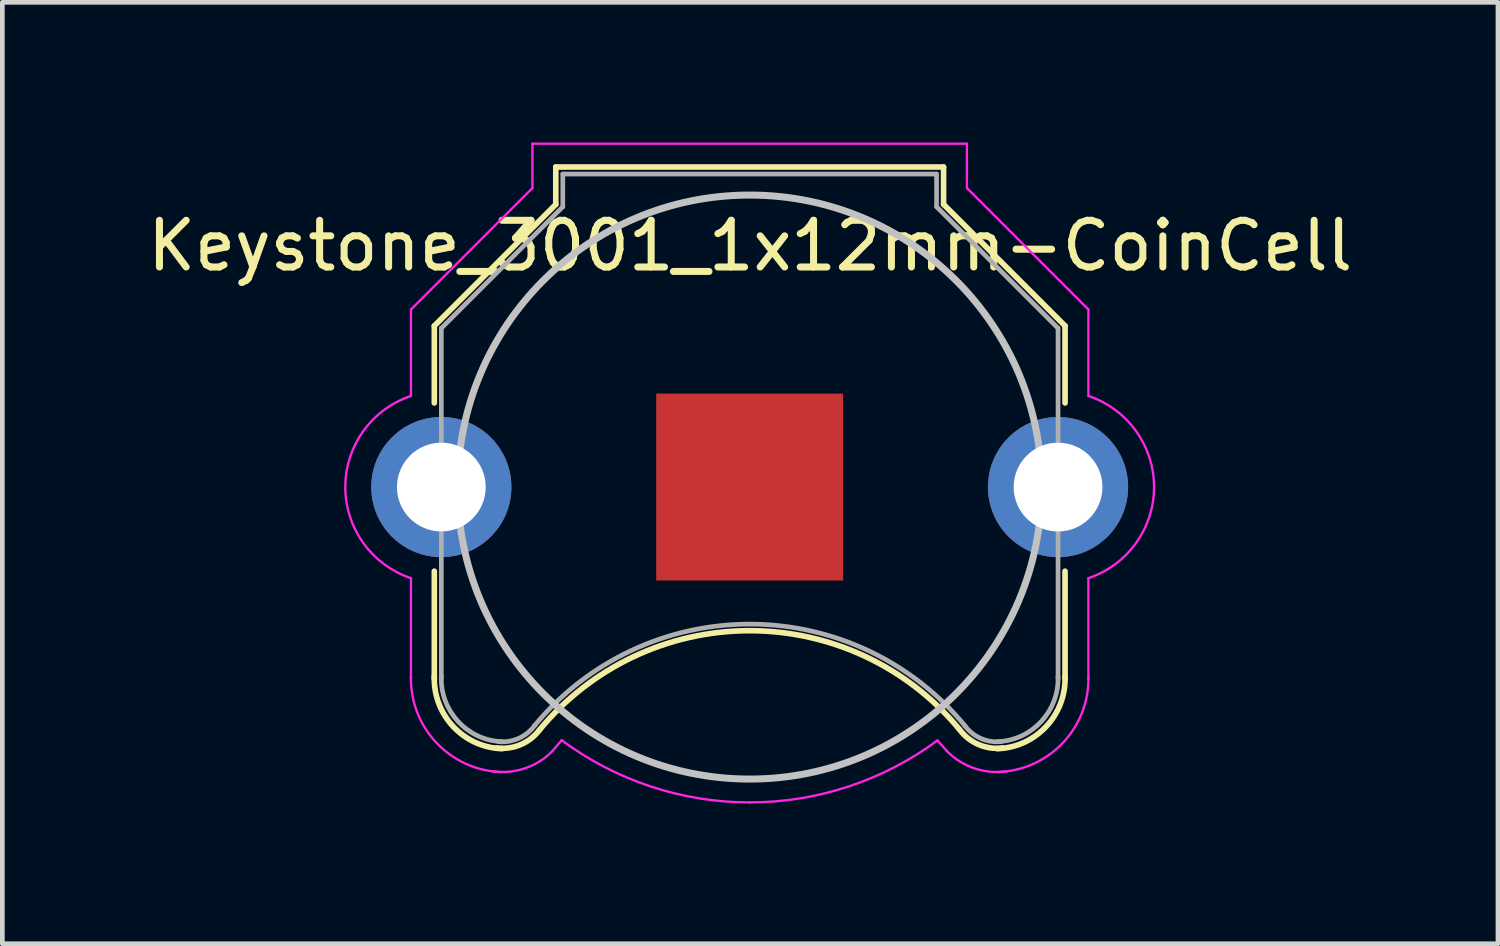
<source format=kicad_pcb>
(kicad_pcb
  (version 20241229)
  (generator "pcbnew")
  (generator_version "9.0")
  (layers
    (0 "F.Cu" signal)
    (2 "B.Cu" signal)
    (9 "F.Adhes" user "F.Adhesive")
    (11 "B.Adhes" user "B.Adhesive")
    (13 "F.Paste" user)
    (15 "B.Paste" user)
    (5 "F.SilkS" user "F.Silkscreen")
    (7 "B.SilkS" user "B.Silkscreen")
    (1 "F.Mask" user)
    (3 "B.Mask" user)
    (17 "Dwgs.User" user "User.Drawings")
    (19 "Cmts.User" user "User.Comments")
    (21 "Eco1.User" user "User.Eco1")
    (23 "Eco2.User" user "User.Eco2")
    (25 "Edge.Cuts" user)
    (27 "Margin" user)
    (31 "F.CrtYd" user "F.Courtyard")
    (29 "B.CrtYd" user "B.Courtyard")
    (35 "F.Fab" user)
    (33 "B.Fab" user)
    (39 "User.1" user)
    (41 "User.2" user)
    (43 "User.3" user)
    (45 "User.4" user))
  (footprint "Keystone_3001_1x12mm-CoinCell"
    (layer "F.Cu")
    (at 12.996 7.375)
    (property "Reference" "Keystone_3001_1x12mm-CoinCell" (at 0.01 -5.165 0) (layer "F.SilkS") (effects (font (size 1 1) (thickness 0.15))))
    (attr through_hole)
    (fp_line (start -6.75 -3.45) (end -4.15 -6.05) (stroke (width 0.12) (type solid)) (layer "F.SilkS"))
    (fp_line (start -6.75 -1.8) (end -6.75 -3.45) (stroke (width 0.12) (type solid)) (layer "F.SilkS"))
    (fp_line (start -6.75 1.8) (end -6.75 4.1) (stroke (width 0.12) (type solid)) (layer "F.SilkS"))
    (fp_line (start -4.15 -6.85) (end 4.15 -6.85) (stroke (width 0.12) (type solid)) (layer "F.SilkS"))
    (fp_line (start -4.15 -6.05) (end -4.15 -6.85) (stroke (width 0.12) (type solid)) (layer "F.SilkS"))
    (fp_line (start 4.15 -6.85) (end 4.15 -6.05) (stroke (width 0.12) (type solid)) (layer "F.SilkS"))
    (fp_line (start 4.15 -6.05) (end 6.75 -3.45) (stroke (width 0.12) (type solid)) (layer "F.SilkS"))
    (fp_line (start 6.75 -3.45) (end 6.75 -1.8) (stroke (width 0.12) (type solid)) (layer "F.SilkS"))
    (fp_line (start 6.75 1.8) (end 6.75 4.1) (stroke (width 0.12) (type solid)) (layer "F.SilkS"))
    (fp_arc (start -5.3 5.6) (mid -6.346016 5.125305) (end -6.75 4.05) (stroke (width 0.12) (type solid)) (layer "F.SilkS"))
    (fp_arc (start -4.5 5.2) (mid -4.90584 5.514615) (end -5.414615 5.58416) (stroke (width 0.12) (type solid)) (layer "F.SilkS"))
    (fp_arc (start -4.5 5.2) (mid -0.007341 3.0742) (end 4.490661 5.188671) (stroke (width 0.12) (type solid)) (layer "F.SilkS"))
    (fp_arc (start 5.414615 5.58416) (mid 4.90584 5.514615) (end 4.5 5.2) (stroke (width 0.12) (type solid)) (layer "F.SilkS"))
    (fp_arc (start 6.75 4.05) (mid 6.346016 5.125305) (end 5.3 5.6) (stroke (width 0.12) (type solid)) (layer "F.SilkS"))
    (fp_circle (center 0 0) (end 0 6.25) (stroke (width 0.15) (type solid)) (fill no) (layer "Dwgs.User"))
    (fp_line (start -7.25 -3.8) (end -4.65 -6.4) (stroke (width 0.05) (type solid)) (layer "F.CrtYd"))
    (fp_line (start -7.25 -1.95) (end -7.25 -3.8) (stroke (width 0.05) (type solid)) (layer "F.CrtYd"))
    (fp_line (start -7.25 1.95) (end -7.25 4.1) (stroke (width 0.05) (type solid)) (layer "F.CrtYd"))
    (fp_line (start -4.65 -7.35) (end 4.65 -7.35) (stroke (width 0.05) (type solid)) (layer "F.CrtYd"))
    (fp_line (start -4.65 -6.4) (end -4.65 -7.35) (stroke (width 0.05) (type solid)) (layer "F.CrtYd"))
    (fp_line (start 4.65 -6.4) (end 4.65 -7.35) (stroke (width 0.05) (type solid)) (layer "F.CrtYd"))
    (fp_line (start 7.25 -3.8) (end 4.65 -6.4) (stroke (width 0.05) (type solid)) (layer "F.CrtYd"))
    (fp_line (start 7.25 -1.95) (end 7.25 -3.8) (stroke (width 0.05) (type solid)) (layer "F.CrtYd"))
    (fp_line (start 7.25 1.95) (end 7.25 4.1) (stroke (width 0.05) (type solid)) (layer "F.CrtYd"))
    (fp_arc (start -7.25 1.95) (mid -8.655479 0.002334) (end -7.254426 -1.948519) (stroke (width 0.05) (type solid)) (layer "F.CrtYd"))
    (fp_arc (start -5.3 6.1) (mid -6.699569 5.478858) (end -7.25 4.05) (stroke (width 0.05) (type solid)) (layer "F.CrtYd"))
    (fp_arc (start -4.22 5.65) (mid -4.814553 6.021742) (end -5.513125 6.082436) (stroke (width 0.05) (type solid)) (layer "F.CrtYd"))
    (fp_arc (start -4.22 5.65) (mid -4.123743 5.534157) (end -4.024388 5.42096) (stroke (width 0.05) (type solid)) (layer "F.CrtYd"))
    (fp_arc (start 0 6.75) (mid -2.119449 6.408622) (end -4.024518 5.419018) (stroke (width 0.05) (type solid)) (layer "F.CrtYd"))
    (fp_arc (start 4.024518 5.419018) (mid 2.119449 6.408622) (end 0 6.75) (stroke (width 0.05) (type solid)) (layer "F.CrtYd"))
    (fp_arc (start 4.02471 5.432858) (mid 4.123824 5.540108) (end 4.22 5.65) (stroke (width 0.05) (type solid)) (layer "F.CrtYd"))
    (fp_arc (start 5.513125 6.082436) (mid 4.814553 6.021742) (end 4.22 5.65) (stroke (width 0.05) (type solid)) (layer "F.CrtYd"))
    (fp_arc (start 7.25 4.05) (mid 6.699569 5.478858) (end 5.3 6.1) (stroke (width 0.05) (type solid)) (layer "F.CrtYd"))
    (fp_arc (start 7.254426 -1.948519) (mid 8.655479 0.002334) (end 7.25 1.95) (stroke (width 0.05) (type solid)) (layer "F.CrtYd"))
    (fp_line (start -6.6 -3.4) (end -6.6 4.1) (stroke (width 0.1) (type solid)) (layer "F.Fab"))
    (fp_line (start -4 -6.7) (end -4 -6) (stroke (width 0.1) (type solid)) (layer "F.Fab"))
    (fp_line (start -4 -6.7) (end 4 -6.7) (stroke (width 0.1) (type solid)) (layer "F.Fab"))
    (fp_line (start -4 -6) (end -6.6 -3.4) (stroke (width 0.1) (type solid)) (layer "F.Fab"))
    (fp_line (start 4 -6.7) (end 4 -6) (stroke (width 0.1) (type solid)) (layer "F.Fab"))
    (fp_line (start 4 -6) (end 6.6 -3.4) (stroke (width 0.1) (type solid)) (layer "F.Fab"))
    (fp_line (start 6.6 -3.4) (end 6.6 4.1) (stroke (width 0.1) (type solid)) (layer "F.Fab"))
    (fp_arc (start -5.3 5.45) (mid -6.239949 5.019239) (end -6.6 4.05) (stroke (width 0.1) (type solid)) (layer "F.Fab"))
    (fp_arc (start -4.6 5.1) (mid -4.942443 5.378013) (end -5.378013 5.447558) (stroke (width 0.1) (type solid)) (layer "F.Fab"))
    (fp_arc (start -4.6 5.1) (mid 0.006214 2.93343) (end 4.607905 5.109589) (stroke (width 0.1) (type solid)) (layer "F.Fab"))
    (fp_arc (start 5.378013 5.447558) (mid 4.942442 5.378013) (end 4.6 5.1) (stroke (width 0.1) (type solid)) (layer "F.Fab"))
    (fp_arc (start 6.6 4.05) (mid 6.239949 5.019239) (end 5.3 5.45) (stroke (width 0.1) (type solid)) (layer "F.Fab"))
    (pad "1" thru_hole circle (at -6.6 0) (size 3 3) (drill 1.9) (layers "*.Cu" "*.Mask"))
    (pad "1" thru_hole circle (at 6.6 0) (size 3 3) (drill 1.9) (layers "*.Cu" "*.Mask"))
    (pad "2" smd rect (at 0 0) (size 4 4) (layers "F.Cu" "F.Mask")))
  (gr_rect
    (start -3 -3)
    (end 29.012 17.15)
    (stroke (width 0.1) (type default))
    (fill no)
    (layer "Edge.Cuts")))
</source>
